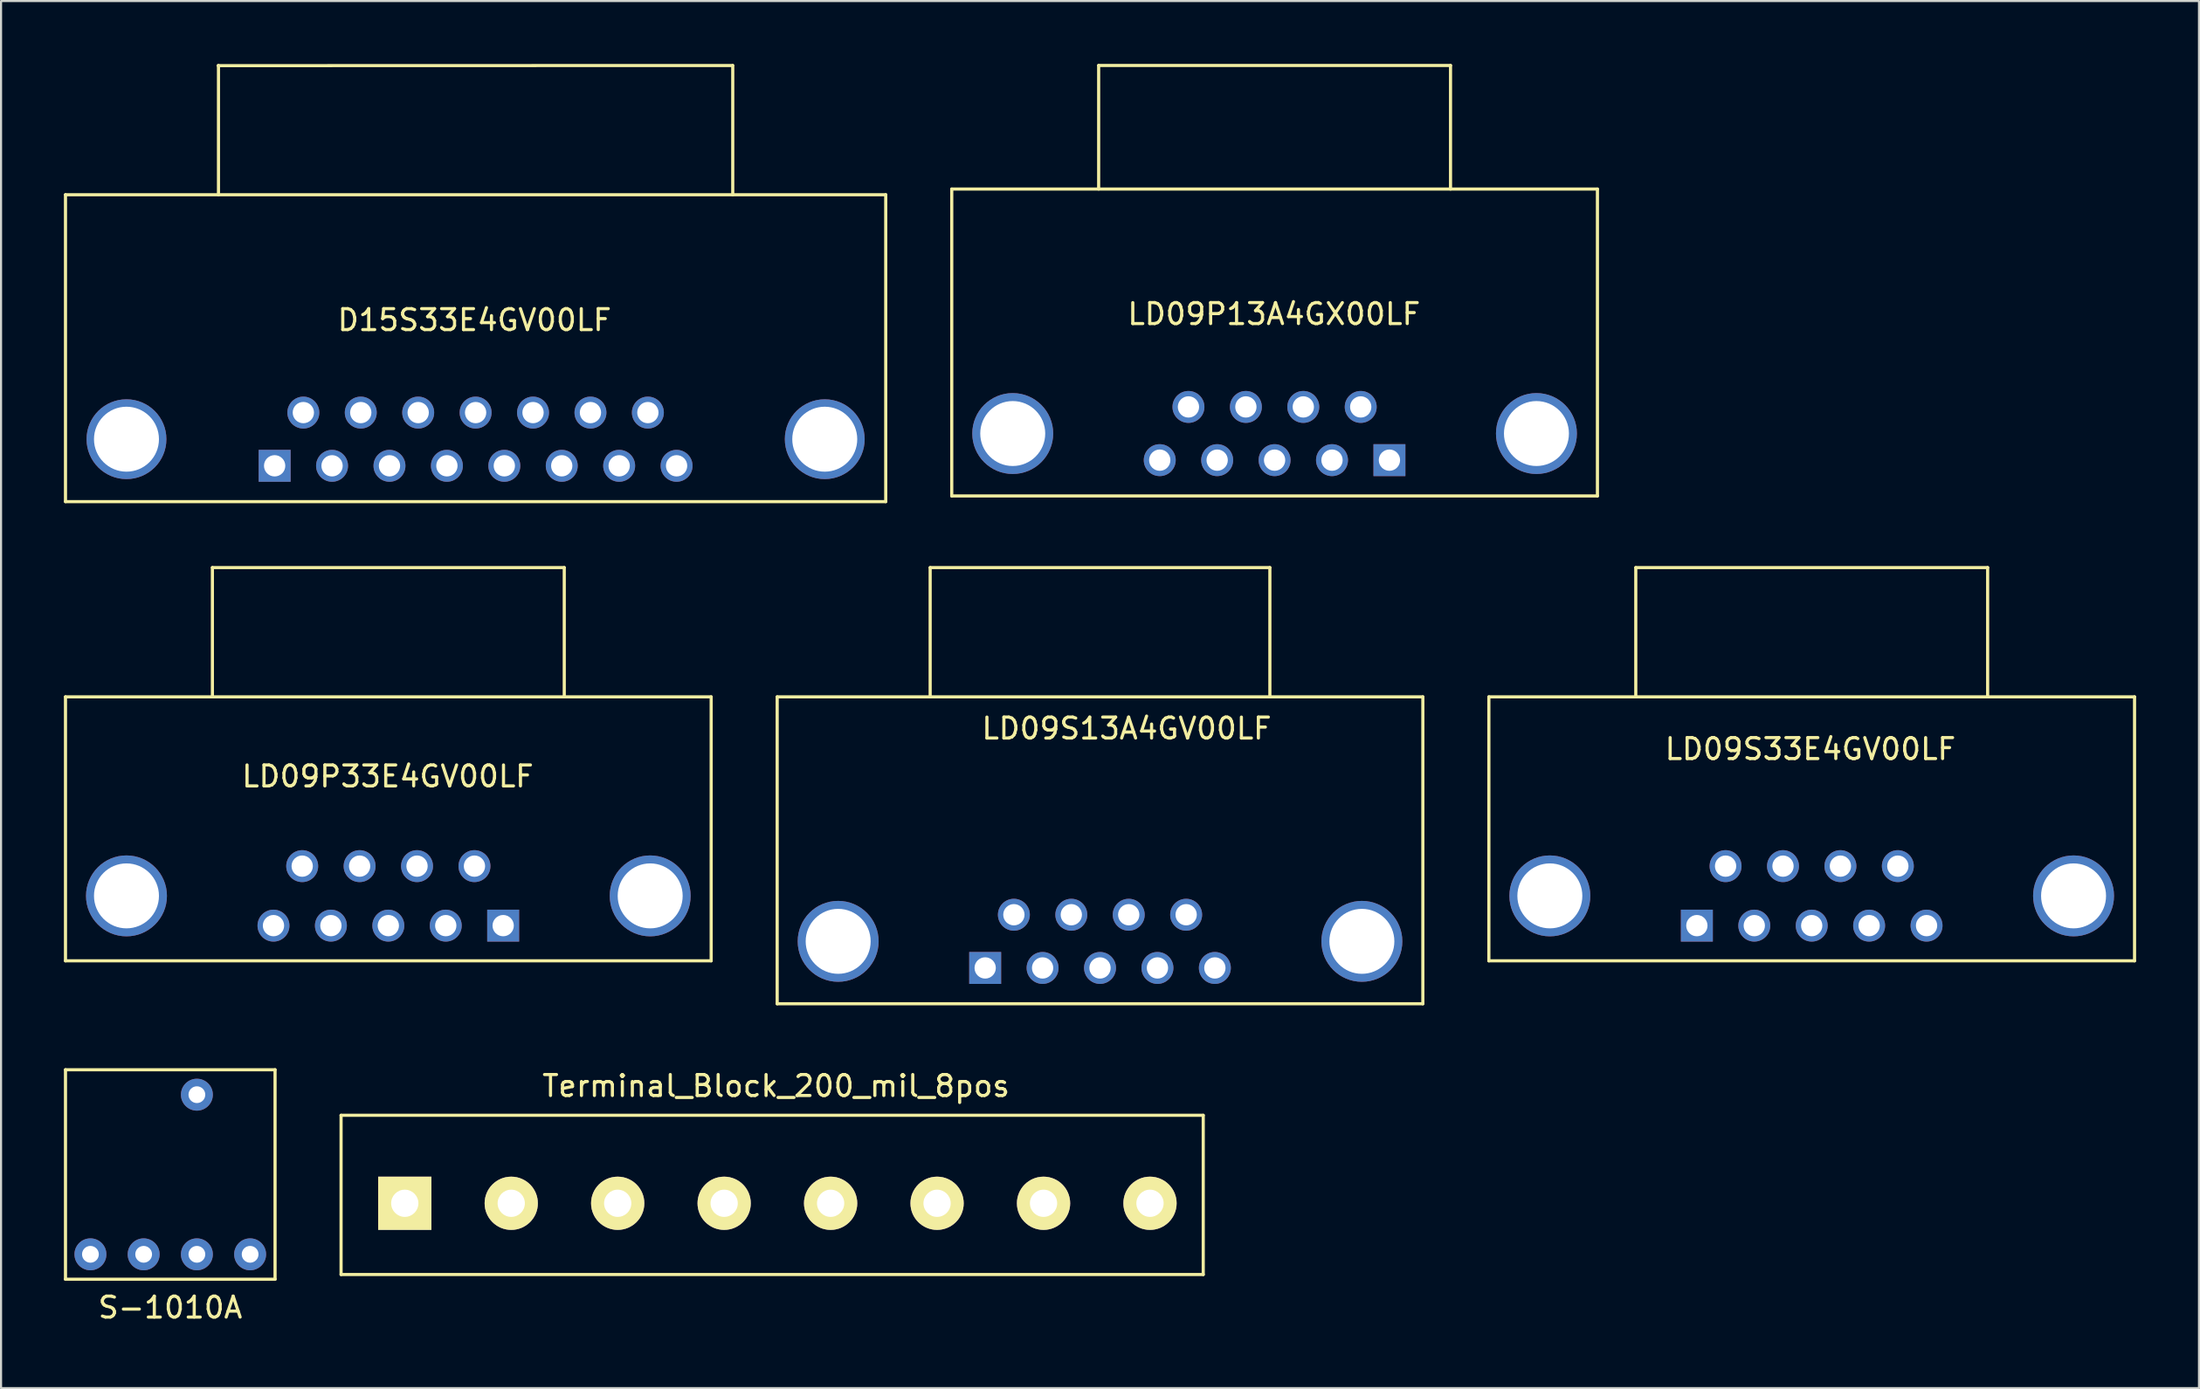
<source format=kicad_pcb>
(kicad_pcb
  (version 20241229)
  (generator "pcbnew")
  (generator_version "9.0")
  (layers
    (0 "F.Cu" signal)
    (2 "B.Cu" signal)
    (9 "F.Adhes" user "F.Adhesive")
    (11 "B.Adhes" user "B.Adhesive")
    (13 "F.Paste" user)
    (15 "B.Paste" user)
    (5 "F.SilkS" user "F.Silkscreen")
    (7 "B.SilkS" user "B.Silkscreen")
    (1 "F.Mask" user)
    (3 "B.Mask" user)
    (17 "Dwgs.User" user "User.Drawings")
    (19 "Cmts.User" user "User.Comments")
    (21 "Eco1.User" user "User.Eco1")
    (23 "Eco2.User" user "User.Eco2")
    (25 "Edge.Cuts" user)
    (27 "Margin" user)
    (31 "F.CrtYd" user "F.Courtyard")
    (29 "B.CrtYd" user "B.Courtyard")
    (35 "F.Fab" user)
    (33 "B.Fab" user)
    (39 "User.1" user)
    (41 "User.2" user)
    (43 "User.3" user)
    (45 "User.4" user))
  (footprint "LD09S33E4GV00LF"
    (layer "F.Cu")
    (at 83.4 39.715)
    (property "Reference" "LD09S33E4GV00LF" (at -0.064 -7.01 0) (layer "F.SilkS") (effects (font (size 1 1) (thickness 0.15))))
    (attr through_hole)
    (fp_line (start -15.405 -9.5) (end -15.405 3.1) (stroke (width 0.15) (type solid)) (layer "F.SilkS"))
    (fp_line (start -15.405 3.1) (end 15.405 3.1) (stroke (width 0.15) (type solid)) (layer "F.SilkS"))
    (fp_line (start -8.395 -15.67) (end 8.395 -15.67) (stroke (width 0.15) (type solid)) (layer "F.SilkS"))
    (fp_line (start -8.395 -9.5) (end -8.395 -15.67) (stroke (width 0.15) (type solid)) (layer "F.SilkS"))
    (fp_line (start 8.395 -15.67) (end 8.395 -9.5) (stroke (width 0.15) (type solid)) (layer "F.SilkS"))
    (fp_line (start 15.405 -9.5) (end -15.405 -9.5) (stroke (width 0.15) (type solid)) (layer "F.SilkS"))
    (fp_line (start 15.405 3.1) (end 15.405 -9.5) (stroke (width 0.15) (type solid)) (layer "F.SilkS"))
    (pad "" thru_hole circle (at -12.495 0) (size 3.862 3.862) (drill 3.1) (layers "*.Cu" "*.Mask"))
    (pad "" thru_hole circle (at 12.495 0) (size 3.862 3.862) (drill 3.1) (layers "*.Cu" "*.Mask"))
    (pad "1" thru_hole rect (at -5.48 1.42) (size 1.524 1.524) (drill 1.016) (layers "*.Cu" "*.Mask"))
    (pad "2" thru_hole circle (at -2.74 1.42) (size 1.524 1.524) (drill 1.016) (layers "*.Cu" "*.Mask"))
    (pad "3" thru_hole circle (at 0 1.42) (size 1.524 1.524) (drill 1.016) (layers "*.Cu" "*.Mask"))
    (pad "4" thru_hole circle (at 2.74 1.42) (size 1.524 1.524) (drill 1.016) (layers "*.Cu" "*.Mask"))
    (pad "5" thru_hole circle (at 5.48 1.42) (size 1.524 1.524) (drill 1.016) (layers "*.Cu" "*.Mask"))
    (pad "6" thru_hole circle (at -4.11 -1.42) (size 1.524 1.524) (drill 1.016) (layers "*.Cu" "*.Mask"))
    (pad "7" thru_hole circle (at -1.37 -1.42) (size 1.524 1.524) (drill 1.016) (layers "*.Cu" "*.Mask"))
    (pad "8" thru_hole circle (at 1.37 -1.42) (size 1.524 1.524) (drill 1.016) (layers "*.Cu" "*.Mask"))
    (pad "9" thru_hole circle (at 4.11 -1.42) (size 1.524 1.524) (drill 1.016) (layers "*.Cu" "*.Mask")))
  (footprint "LD09P13A4GX00LF"
    (layer "F.Cu")
    (at 57.77 17.645)
    (property "Reference" "LD09P13A4GX00LF" (at -0.028 -5.705 0) (layer "F.SilkS") (effects (font (size 1 1) (thickness 0.15))))
    (attr through_hole)
    (fp_line (start -15.405 -11.67) (end -15.405 2.98) (stroke (width 0.15) (type solid)) (layer "F.SilkS"))
    (fp_line (start -15.405 2.98) (end 15.405 2.98) (stroke (width 0.15) (type solid)) (layer "F.SilkS"))
    (fp_line (start -8.395 -17.57) (end 8.395 -17.57) (stroke (width 0.15) (type solid)) (layer "F.SilkS"))
    (fp_line (start -8.395 -11.67) (end -8.395 -17.57) (stroke (width 0.15) (type solid)) (layer "F.SilkS"))
    (fp_line (start 8.395 -17.57) (end 8.395 -11.67) (stroke (width 0.15) (type solid)) (layer "F.SilkS"))
    (fp_line (start 15.405 -11.67) (end -15.405 -11.67) (stroke (width 0.15) (type solid)) (layer "F.SilkS"))
    (fp_line (start 15.405 2.98) (end 15.405 -11.67) (stroke (width 0.15) (type solid)) (layer "F.SilkS"))
    (pad "" thru_hole circle (at -12.495 0) (size 3.862 3.862) (drill 3.1) (layers "*.Cu" "*.Mask"))
    (pad "" thru_hole circle (at 12.495 0) (size 3.862 3.862) (drill 3.1) (layers "*.Cu" "*.Mask"))
    (pad "1" thru_hole rect (at 5.48 1.27) (size 1.524 1.524) (drill 1.016) (layers "*.Cu" "*.Mask"))
    (pad "2" thru_hole circle (at 2.74 1.27) (size 1.524 1.524) (drill 1.016) (layers "*.Cu" "*.Mask"))
    (pad "3" thru_hole circle (at 0 1.27) (size 1.524 1.524) (drill 1.016) (layers "*.Cu" "*.Mask"))
    (pad "4" thru_hole circle (at -2.74 1.27) (size 1.524 1.524) (drill 1.016) (layers "*.Cu" "*.Mask"))
    (pad "5" thru_hole circle (at -5.48 1.27) (size 1.524 1.524) (drill 1.016) (layers "*.Cu" "*.Mask"))
    (pad "6" thru_hole circle (at 4.11 -1.27) (size 1.524 1.524) (drill 1.016) (layers "*.Cu" "*.Mask"))
    (pad "7" thru_hole circle (at 1.37 -1.27) (size 1.524 1.524) (drill 1.016) (layers "*.Cu" "*.Mask"))
    (pad "8" thru_hole circle (at -1.37 -1.27) (size 1.524 1.524) (drill 1.016) (layers "*.Cu" "*.Mask"))
    (pad "9" thru_hole circle (at -4.11 -1.27) (size 1.524 1.524) (drill 1.016) (layers "*.Cu" "*.Mask")))
  (footprint "LD09S13A4GV00LF"
    (layer "F.Cu")
    (at 49.44 41.885)
    (property "Reference" "LD09S13A4GV00LF" (at 1.27 -10.16 0) (layer "F.SilkS") (effects (font (size 1 1) (thickness 0.15))))
    (attr through_hole)
    (fp_line (start -15.405 -11.67) (end -15.405 2.98) (stroke (width 0.15) (type solid)) (layer "F.SilkS"))
    (fp_line (start -15.405 2.98) (end 15.405 2.98) (stroke (width 0.15) (type solid)) (layer "F.SilkS"))
    (fp_line (start -8.105 -17.84) (end 8.105 -17.84) (stroke (width 0.15) (type solid)) (layer "F.SilkS"))
    (fp_line (start -8.105 -11.67) (end -8.105 -17.84) (stroke (width 0.15) (type solid)) (layer "F.SilkS"))
    (fp_line (start 8.105 -17.84) (end 8.105 -11.67) (stroke (width 0.15) (type solid)) (layer "F.SilkS"))
    (fp_line (start 15.405 -11.67) (end -15.405 -11.67) (stroke (width 0.15) (type solid)) (layer "F.SilkS"))
    (fp_line (start 15.405 2.98) (end 15.405 -11.67) (stroke (width 0.15) (type solid)) (layer "F.SilkS"))
    (pad "" thru_hole circle (at -12.495 0) (size 3.862 3.862) (drill 3.1) (layers "*.Cu" "*.Mask"))
    (pad "" thru_hole circle (at 12.495 0) (size 3.862 3.862) (drill 3.1) (layers "*.Cu" "*.Mask"))
    (pad "1" thru_hole rect (at -5.48 1.27) (size 1.524 1.524) (drill 1.016) (layers "*.Cu" "*.Mask"))
    (pad "2" thru_hole circle (at -2.74 1.27) (size 1.524 1.524) (drill 1.016) (layers "*.Cu" "*.Mask"))
    (pad "3" thru_hole circle (at 0 1.27) (size 1.524 1.524) (drill 1.016) (layers "*.Cu" "*.Mask"))
    (pad "4" thru_hole circle (at 2.74 1.27) (size 1.524 1.524) (drill 1.016) (layers "*.Cu" "*.Mask"))
    (pad "5" thru_hole circle (at 5.48 1.27) (size 1.524 1.524) (drill 1.016) (layers "*.Cu" "*.Mask"))
    (pad "6" thru_hole circle (at -4.11 -1.27) (size 1.524 1.524) (drill 1.016) (layers "*.Cu" "*.Mask"))
    (pad "7" thru_hole circle (at -1.37 -1.27) (size 1.524 1.524) (drill 1.016) (layers "*.Cu" "*.Mask"))
    (pad "8" thru_hole circle (at 1.37 -1.27) (size 1.524 1.524) (drill 1.016) (layers "*.Cu" "*.Mask"))
    (pad "9" thru_hole circle (at 4.11 -1.27) (size 1.524 1.524) (drill 1.016) (layers "*.Cu" "*.Mask")))
  (footprint "S-1010A"
    (layer "F.Cu")
    (at 5.075 53.015)
    (property "Reference" "S-1010A" (at 0 6.35 0) (layer "F.SilkS") (effects (font (size 1 1) (thickness 0.15))))
    (attr through_hole)
    (fp_line (start -5 -5) (end -5 5) (stroke (width 0.15) (type solid)) (layer "F.SilkS"))
    (fp_line (start -5 5) (end 5 5) (stroke (width 0.15) (type solid)) (layer "F.SilkS"))
    (fp_line (start 5 -5) (end -5 -5) (stroke (width 0.15) (type solid)) (layer "F.SilkS"))
    (fp_line (start 5 5) (end 5 -5) (stroke (width 0.15) (type solid)) (layer "F.SilkS"))
    (pad "1" thru_hole circle (at 1.27 -3.81) (size 1.524 1.524) (drill 0.8) (layers "*.Cu" "*.Mask"))
    (pad "2" thru_hole circle (at 3.81 3.81) (size 1.524 1.524) (drill 0.8) (layers "*.Cu" "*.Mask"))
    (pad "3" thru_hole circle (at 1.27 3.81) (size 1.524 1.524) (drill 0.8) (layers "*.Cu" "*.Mask"))
    (pad "4" thru_hole circle (at -1.27 3.81) (size 1.524 1.524) (drill 0.8) (layers "*.Cu" "*.Mask"))
    (pad "5" thru_hole circle (at -3.81 3.81) (size 1.524 1.524) (drill 0.8) (layers "*.Cu" "*.Mask")))
  (footprint "LD09P33E4GV00LF"
    (layer "F.Cu")
    (at 15.48 39.715)
    (property "Reference" "LD09P33E4GV00LF" (at -0.028 -5.705 0) (layer "F.SilkS") (effects (font (size 1 1) (thickness 0.15))))
    (attr through_hole)
    (fp_line (start -15.405 -9.5) (end -15.405 3.1) (stroke (width 0.15) (type solid)) (layer "F.SilkS"))
    (fp_line (start -15.405 3.1) (end 15.405 3.1) (stroke (width 0.15) (type solid)) (layer "F.SilkS"))
    (fp_line (start -8.395 -15.67) (end 8.395 -15.67) (stroke (width 0.15) (type solid)) (layer "F.SilkS"))
    (fp_line (start -8.395 -9.5) (end -8.395 -15.67) (stroke (width 0.15) (type solid)) (layer "F.SilkS"))
    (fp_line (start 8.395 -15.67) (end 8.395 -9.5) (stroke (width 0.15) (type solid)) (layer "F.SilkS"))
    (fp_line (start 15.405 -9.5) (end -15.405 -9.5) (stroke (width 0.15) (type solid)) (layer "F.SilkS"))
    (fp_line (start 15.405 3.1) (end 15.405 -9.5) (stroke (width 0.15) (type solid)) (layer "F.SilkS"))
    (pad "" thru_hole circle (at -12.495 0) (size 3.862 3.862) (drill 3.1) (layers "*.Cu" "*.Mask"))
    (pad "" thru_hole circle (at 12.495 0) (size 3.862 3.862) (drill 3.1) (layers "*.Cu" "*.Mask"))
    (pad "1" thru_hole rect (at 5.48 1.42) (size 1.524 1.524) (drill 1.016) (layers "*.Cu" "*.Mask"))
    (pad "2" thru_hole circle (at 2.74 1.42) (size 1.524 1.524) (drill 1.016) (layers "*.Cu" "*.Mask"))
    (pad "3" thru_hole circle (at 0 1.42) (size 1.524 1.524) (drill 1.016) (layers "*.Cu" "*.Mask"))
    (pad "4" thru_hole circle (at -2.74 1.42) (size 1.524 1.524) (drill 1.016) (layers "*.Cu" "*.Mask"))
    (pad "5" thru_hole circle (at -5.48 1.42) (size 1.524 1.524) (drill 1.016) (layers "*.Cu" "*.Mask"))
    (pad "6" thru_hole circle (at 4.11 -1.42) (size 1.524 1.524) (drill 1.016) (layers "*.Cu" "*.Mask"))
    (pad "7" thru_hole circle (at 1.37 -1.42) (size 1.524 1.524) (drill 1.016) (layers "*.Cu" "*.Mask"))
    (pad "8" thru_hole circle (at -1.37 -1.42) (size 1.524 1.524) (drill 1.016) (layers "*.Cu" "*.Mask"))
    (pad "9" thru_hole circle (at -4.11 -1.42) (size 1.524 1.524) (drill 1.016) (layers "*.Cu" "*.Mask")))
  (footprint "Terminal_Block_200_mil_8pos"
    (layer "F.Cu")
    (at 34.045 54.389)
    (property "Reference" "Terminal_Block_200_mil_8pos" (at -0.064 -5.601 0) (layer "F.SilkS") (effects (font (size 1 1) (thickness 0.15))))
    (attr through_hole)
    (fp_line (start -20.82 -4.2) (end -20.82 3.4) (stroke (width 0.15) (type solid)) (layer "F.SilkS"))
    (fp_line (start -20.82 3.4) (end 20.32 3.4) (stroke (width 0.15) (type solid)) (layer "F.SilkS"))
    (fp_line (start 20.32 -4.2) (end -20.82 -4.2) (stroke (width 0.15) (type solid)) (layer "F.SilkS"))
    (fp_line (start 20.32 3.4) (end 20.32 -4.2) (stroke (width 0.15) (type solid)) (layer "F.SilkS"))
    (pad "1" thru_hole rect (at -17.78 0) (size 2.54 2.54) (drill 1.3) (layers "*.Cu" "*.Mask" "F.SilkS"))
    (pad "2" thru_hole oval (at -12.7 0) (size 2.54 2.54) (drill 1.3) (layers "*.Cu" "*.Mask" "F.SilkS"))
    (pad "3" thru_hole oval (at -7.62 0) (size 2.54 2.54) (drill 1.3) (layers "*.Cu" "*.Mask" "F.SilkS"))
    (pad "4" thru_hole oval (at -2.54 0) (size 2.54 2.54) (drill 1.3) (layers "*.Cu" "*.Mask" "F.SilkS"))
    (pad "5" thru_hole oval (at 2.54 0) (size 2.54 2.54) (drill 1.3) (layers "*.Cu" "*.Mask" "F.SilkS"))
    (pad "6" thru_hole oval (at 7.62 0) (size 2.54 2.54) (drill 1.3) (layers "*.Cu" "*.Mask" "F.SilkS"))
    (pad "7" thru_hole oval (at 12.7 0) (size 2.54 2.54) (drill 1.3) (layers "*.Cu" "*.Mask" "F.SilkS"))
    (pad "8" thru_hole oval (at 17.78 0) (size 2.54 2.54) (drill 1.3) (layers "*.Cu" "*.Mask" "F.SilkS")))
  (footprint "D15S33E4GV00LF"
    (layer "F.Cu")
    (at 19.645 17.915)
    (property "Reference" "D15S33E4GV00LF" (at -0.053 -5.687 0) (layer "F.SilkS") (effects (font (size 1 1) (thickness 0.15))))
    (attr through_hole)
    (fp_line (start -19.57 -11.67) (end 19.57 -11.67) (stroke (width 0.15) (type solid)) (layer "F.SilkS"))
    (fp_line (start -19.57 2.98) (end -19.57 -11.67) (stroke (width 0.15) (type solid)) (layer "F.SilkS"))
    (fp_line (start -19.57 2.98) (end 19.57 2.98) (stroke (width 0.15) (type solid)) (layer "F.SilkS"))
    (fp_line (start -12.286 -17.831) (end 12.263 -17.838) (stroke (width 0.15) (type solid)) (layer "F.SilkS"))
    (fp_line (start -12.27 -11.67) (end -12.27 -17.84) (stroke (width 0.15) (type solid)) (layer "F.SilkS"))
    (fp_line (start 12.27 -11.67) (end 12.27 -17.84) (stroke (width 0.15) (type solid)) (layer "F.SilkS"))
    (fp_line (start 19.57 2.98) (end 19.57 -11.67) (stroke (width 0.15) (type solid)) (layer "F.SilkS"))
    (pad "" thru_hole circle (at -16.66 0) (size 3.81 3.81) (drill 3.1) (layers "*.Cu" "*.Mask"))
    (pad "" thru_hole circle (at 16.66 0) (size 3.81 3.81) (drill 3.1) (layers "*.Cu" "*.Mask"))
    (pad "1" thru_hole rect (at -9.59 1.27) (size 1.524 1.524) (drill 1.016) (layers "*.Cu" "*.Mask"))
    (pad "2" thru_hole circle (at -6.85 1.27) (size 1.524 1.524) (drill 1.016) (layers "*.Cu" "*.Mask"))
    (pad "3" thru_hole circle (at -4.11 1.27) (size 1.524 1.524) (drill 1.016) (layers "*.Cu" "*.Mask"))
    (pad "4" thru_hole circle (at -1.37 1.27) (size 1.524 1.524) (drill 1.016) (layers "*.Cu" "*.Mask"))
    (pad "5" thru_hole circle (at 1.37 1.27) (size 1.524 1.524) (drill 1.016) (layers "*.Cu" "*.Mask"))
    (pad "6" thru_hole circle (at 4.11 1.27) (size 1.524 1.524) (drill 1.016) (layers "*.Cu" "*.Mask"))
    (pad "7" thru_hole circle (at 6.85 1.27) (size 1.524 1.524) (drill 1.016) (layers "*.Cu" "*.Mask"))
    (pad "8" thru_hole circle (at 9.59 1.27) (size 1.524 1.524) (drill 1.016) (layers "*.Cu" "*.Mask"))
    (pad "9" thru_hole circle (at -8.22 -1.27) (size 1.524 1.524) (drill 1.016) (layers "*.Cu" "*.Mask"))
    (pad "10" thru_hole circle (at -5.48 -1.27) (size 1.524 1.524) (drill 1.016) (layers "*.Cu" "*.Mask"))
    (pad "11" thru_hole circle (at -2.74 -1.27) (size 1.524 1.524) (drill 1.016) (layers "*.Cu" "*.Mask"))
    (pad "12" thru_hole circle (at 0 -1.27) (size 1.524 1.524) (drill 1.016) (layers "*.Cu" "*.Mask"))
    (pad "13" thru_hole circle (at 2.74 -1.27) (size 1.524 1.524) (drill 1.016) (layers "*.Cu" "*.Mask"))
    (pad "14" thru_hole circle (at 5.48 -1.27) (size 1.524 1.524) (drill 1.016) (layers "*.Cu" "*.Mask"))
    (pad "15" thru_hole circle (at 8.22 -1.27) (size 1.524 1.524) (drill 1.016) (layers "*.Cu" "*.Mask")))
  (gr_rect
    (start -3 -3)
    (end 101.88 63.213)
    (stroke (width 0.1) (type default))
    (fill no)
    (layer "Edge.Cuts")))
</source>
